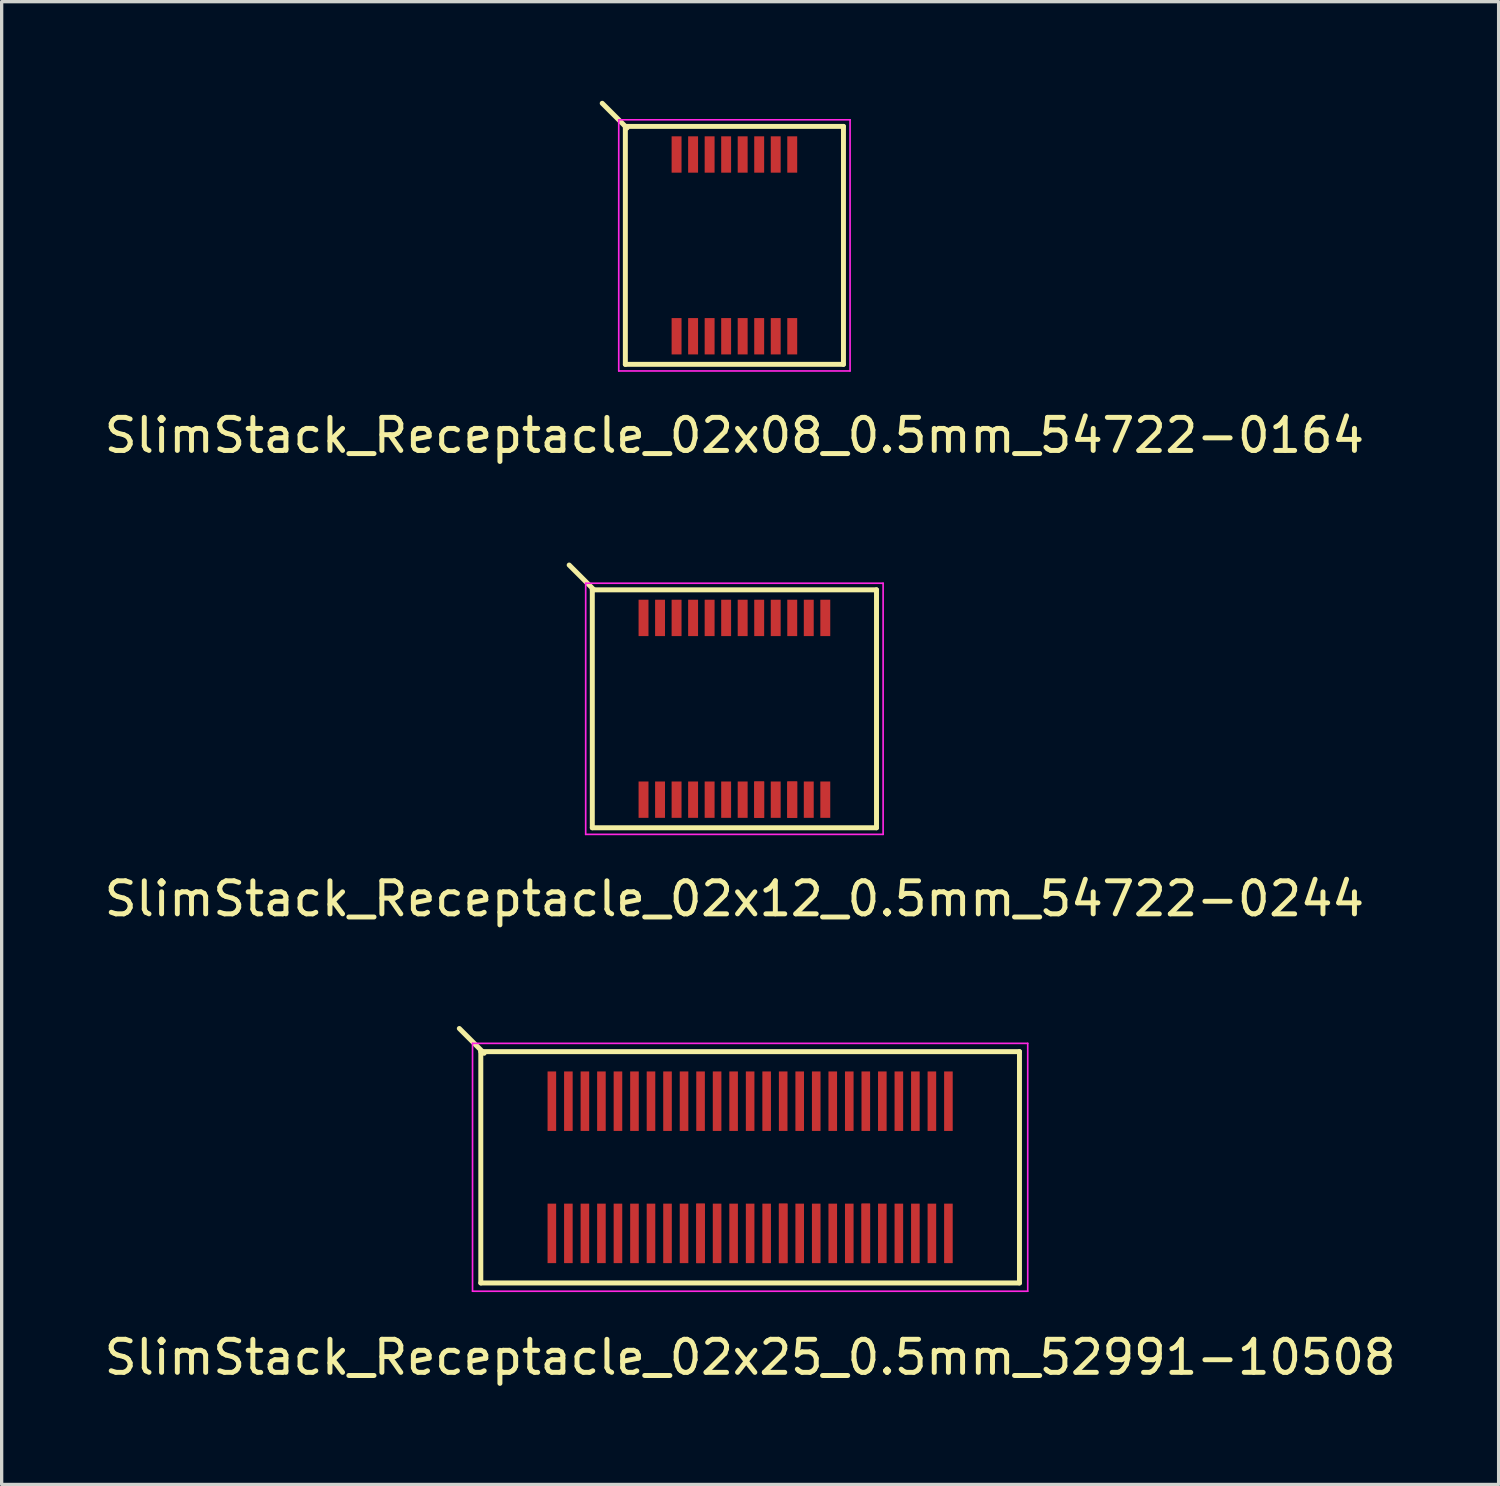
<source format=kicad_pcb>
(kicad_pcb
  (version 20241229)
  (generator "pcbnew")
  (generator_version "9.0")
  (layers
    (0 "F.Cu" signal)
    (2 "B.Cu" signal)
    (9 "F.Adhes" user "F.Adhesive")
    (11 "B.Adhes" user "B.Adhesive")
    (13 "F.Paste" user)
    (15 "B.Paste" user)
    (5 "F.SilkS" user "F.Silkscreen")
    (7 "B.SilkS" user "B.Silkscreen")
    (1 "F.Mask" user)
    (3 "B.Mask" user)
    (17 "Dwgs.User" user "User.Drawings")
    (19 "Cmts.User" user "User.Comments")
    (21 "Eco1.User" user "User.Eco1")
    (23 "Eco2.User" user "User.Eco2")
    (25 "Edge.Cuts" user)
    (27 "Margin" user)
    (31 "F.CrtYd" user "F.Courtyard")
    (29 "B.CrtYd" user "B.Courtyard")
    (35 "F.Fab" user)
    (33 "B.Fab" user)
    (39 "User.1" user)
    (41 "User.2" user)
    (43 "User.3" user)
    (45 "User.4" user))
  (footprint "SlimStack_Receptacle_02x08_0.5mm_54722-0164"
    (layer "F.Cu")
    (at 19.173 4.375)
    (property "Reference" "SlimStack_Receptacle_02x08_0.5mm_54722-0164" (at 0 5.75 0) (layer "F.SilkS") (effects (font (size 1 1) (thickness 0.15))))
    (attr smd)
    (fp_line (start -3.3 -3.6) (end -3.3 3.6) (stroke (width 0.15) (type solid)) (layer "F.SilkS"))
    (fp_line (start -3.3 3.6) (end 3.3 3.6) (stroke (width 0.15) (type solid)) (layer "F.SilkS"))
    (fp_line (start -3.25 -3.55) (end -4 -4.3) (stroke (width 0.15) (type solid)) (layer "F.SilkS"))
    (fp_line (start 3.3 -3.6) (end -3.3 -3.6) (stroke (width 0.15) (type solid)) (layer "F.SilkS"))
    (fp_line (start 3.3 3.6) (end 3.3 -3.6) (stroke (width 0.15) (type solid)) (layer "F.SilkS"))
    (fp_line (start -3.5 -3.8) (end -3.5 3.8) (stroke (width 0.05) (type solid)) (layer "F.CrtYd"))
    (fp_line (start -3.5 3.8) (end 3.5 3.8) (stroke (width 0.05) (type solid)) (layer "F.CrtYd"))
    (fp_line (start 3.5 -3.8) (end -3.5 -3.8) (stroke (width 0.05) (type solid)) (layer "F.CrtYd"))
    (fp_line (start 3.5 3.8) (end 3.5 -3.8) (stroke (width 0.05) (type solid)) (layer "F.CrtYd"))
    (pad "1" smd rect (at -1.75 -2.75) (size 0.3 1.1) (layers "F.Cu" "F.Mask" "F.Paste"))
    (pad "2" smd rect (at -1.75 2.75) (size 0.3 1.1) (layers "F.Cu" "F.Mask" "F.Paste"))
    (pad "3" smd rect (at -1.25 -2.75) (size 0.3 1.1) (layers "F.Cu" "F.Mask" "F.Paste"))
    (pad "4" smd rect (at -1.25 2.75) (size 0.3 1.1) (layers "F.Cu" "F.Mask" "F.Paste"))
    (pad "5" smd rect (at -0.75 -2.75) (size 0.3 1.1) (layers "F.Cu" "F.Mask" "F.Paste"))
    (pad "6" smd rect (at -0.75 2.75) (size 0.3 1.1) (layers "F.Cu" "F.Mask" "F.Paste"))
    (pad "7" smd rect (at -0.25 -2.75) (size 0.3 1.1) (layers "F.Cu" "F.Mask" "F.Paste"))
    (pad "8" smd rect (at -0.25 2.75) (size 0.3 1.1) (layers "F.Cu" "F.Mask" "F.Paste"))
    (pad "9" smd rect (at 0.25 -2.75) (size 0.3 1.1) (layers "F.Cu" "F.Mask" "F.Paste"))
    (pad "10" smd rect (at 0.25 2.75) (size 0.3 1.1) (layers "F.Cu" "F.Mask" "F.Paste"))
    (pad "11" smd rect (at 0.75 -2.75) (size 0.3 1.1) (layers "F.Cu" "F.Mask" "F.Paste"))
    (pad "12" smd rect (at 0.75 2.75) (size 0.3 1.1) (layers "F.Cu" "F.Mask" "F.Paste"))
    (pad "13" smd rect (at 1.25 -2.75) (size 0.3 1.1) (layers "F.Cu" "F.Mask" "F.Paste"))
    (pad "14" smd rect (at 1.25 2.75) (size 0.3 1.1) (layers "F.Cu" "F.Mask" "F.Paste"))
    (pad "15" smd rect (at 1.75 -2.75) (size 0.3 1.1) (layers "F.Cu" "F.Mask" "F.Paste"))
    (pad "16" smd rect (at 1.75 2.75) (size 0.3 1.1) (layers "F.Cu" "F.Mask" "F.Paste")))
  (footprint "SlimStack_Receptacle_02x25_0.5mm_52991-10508"
    (layer "F.Cu")
    (at 19.649 32.272)
    (property "Reference" "SlimStack_Receptacle_02x25_0.5mm_52991-10508" (at 0 5.75 0) (layer "F.SilkS") (effects (font (size 1 1) (thickness 0.15))))
    (attr smd)
    (fp_line (start -8.15 -3.5) (end -8.15 3.5) (stroke (width 0.15) (type solid)) (layer "F.SilkS"))
    (fp_line (start -8.15 3.5) (end 8.15 3.5) (stroke (width 0.15) (type solid)) (layer "F.SilkS"))
    (fp_line (start -8.05 -3.45) (end -8.8 -4.2) (stroke (width 0.15) (type solid)) (layer "F.SilkS"))
    (fp_line (start 8.15 -3.5) (end -8.15 -3.5) (stroke (width 0.15) (type solid)) (layer "F.SilkS"))
    (fp_line (start 8.15 3.5) (end 8.15 -3.5) (stroke (width 0.15) (type solid)) (layer "F.SilkS"))
    (fp_line (start -8.4 -3.75) (end -8.4 3.75) (stroke (width 0.05) (type solid)) (layer "F.CrtYd"))
    (fp_line (start -8.4 3.75) (end 8.4 3.75) (stroke (width 0.05) (type solid)) (layer "F.CrtYd"))
    (fp_line (start 8.4 -3.75) (end -8.4 -3.75) (stroke (width 0.05) (type solid)) (layer "F.CrtYd"))
    (fp_line (start 8.4 3.75) (end 8.4 -3.75) (stroke (width 0.05) (type solid)) (layer "F.CrtYd"))
    (pad "1" smd rect (at -6 -2) (size 0.26 1.8) (layers "F.Cu" "F.Mask" "F.Paste"))
    (pad "2" smd rect (at -6 2) (size 0.26 1.8) (layers "F.Cu" "F.Mask" "F.Paste"))
    (pad "3" smd rect (at -5.5 -2) (size 0.26 1.8) (layers "F.Cu" "F.Mask" "F.Paste"))
    (pad "4" smd rect (at -5.5 2) (size 0.26 1.8) (layers "F.Cu" "F.Mask" "F.Paste"))
    (pad "5" smd rect (at -5 -2) (size 0.26 1.8) (layers "F.Cu" "F.Mask" "F.Paste"))
    (pad "6" smd rect (at -5 2) (size 0.26 1.8) (layers "F.Cu" "F.Mask" "F.Paste"))
    (pad "7" smd rect (at -4.5 -2) (size 0.26 1.8) (layers "F.Cu" "F.Mask" "F.Paste"))
    (pad "8" smd rect (at -4.5 2) (size 0.26 1.8) (layers "F.Cu" "F.Mask" "F.Paste"))
    (pad "9" smd rect (at -4 -2) (size 0.26 1.8) (layers "F.Cu" "F.Mask" "F.Paste"))
    (pad "10" smd rect (at -4 2) (size 0.26 1.8) (layers "F.Cu" "F.Mask" "F.Paste"))
    (pad "11" smd rect (at -3.5 -2) (size 0.26 1.8) (layers "F.Cu" "F.Mask" "F.Paste"))
    (pad "12" smd rect (at -3.5 2) (size 0.26 1.8) (layers "F.Cu" "F.Mask" "F.Paste"))
    (pad "13" smd rect (at -3 -2) (size 0.26 1.8) (layers "F.Cu" "F.Mask" "F.Paste"))
    (pad "14" smd rect (at -3 2) (size 0.26 1.8) (layers "F.Cu" "F.Mask" "F.Paste"))
    (pad "15" smd rect (at -2.5 -2) (size 0.26 1.8) (layers "F.Cu" "F.Mask" "F.Paste"))
    (pad "16" smd rect (at -2.5 2) (size 0.26 1.8) (layers "F.Cu" "F.Mask" "F.Paste"))
    (pad "17" smd rect (at -2 -2) (size 0.26 1.8) (layers "F.Cu" "F.Mask" "F.Paste"))
    (pad "18" smd rect (at -2 2) (size 0.26 1.8) (layers "F.Cu" "F.Mask" "F.Paste"))
    (pad "19" smd rect (at -1.5 -2) (size 0.26 1.8) (layers "F.Cu" "F.Mask" "F.Paste"))
    (pad "20" smd rect (at -1.5 2) (size 0.26 1.8) (layers "F.Cu" "F.Mask" "F.Paste"))
    (pad "20" smd rect (at -1.5 2) (size 0.26 1.8) (layers "F.Cu" "F.Mask" "F.Paste"))
    (pad "21" smd rect (at -1 -2) (size 0.26 1.8) (layers "F.Cu" "F.Mask" "F.Paste"))
    (pad "22" smd rect (at -1 2) (size 0.26 1.8) (layers "F.Cu" "F.Mask" "F.Paste"))
    (pad "23" smd rect (at -0.5 -2) (size 0.26 1.8) (layers "F.Cu" "F.Mask" "F.Paste"))
    (pad "24" smd rect (at -0.5 2) (size 0.26 1.8) (layers "F.Cu" "F.Mask" "F.Paste"))
    (pad "25" smd rect (at 0 -2) (size 0.26 1.8) (layers "F.Cu" "F.Mask" "F.Paste"))
    (pad "26" smd rect (at 0 2) (size 0.26 1.8) (layers "F.Cu" "F.Mask" "F.Paste"))
    (pad "27" smd rect (at 0.5 -2) (size 0.26 1.8) (layers "F.Cu" "F.Mask" "F.Paste"))
    (pad "28" smd rect (at 0.5 2) (size 0.26 1.8) (layers "F.Cu" "F.Mask" "F.Paste"))
    (pad "29" smd rect (at 1 -2) (size 0.26 1.8) (layers "F.Cu" "F.Mask" "F.Paste"))
    (pad "30" smd rect (at 1 2) (size 0.26 1.8) (layers "F.Cu" "F.Mask" "F.Paste"))
    (pad "30" smd rect (at 1 2) (size 0.26 1.8) (layers "F.Cu" "F.Mask" "F.Paste"))
    (pad "31" smd rect (at 1.5 -2) (size 0.26 1.8) (layers "F.Cu" "F.Mask" "F.Paste"))
    (pad "32" smd rect (at 1.5 2) (size 0.26 1.8) (layers "F.Cu" "F.Mask" "F.Paste"))
    (pad "33" smd rect (at 2 -2) (size 0.26 1.8) (layers "F.Cu" "F.Mask" "F.Paste"))
    (pad "34" smd rect (at 2 2) (size 0.26 1.8) (layers "F.Cu" "F.Mask" "F.Paste"))
    (pad "35" smd rect (at 2.5 -2) (size 0.26 1.8) (layers "F.Cu" "F.Mask" "F.Paste"))
    (pad "36" smd rect (at 2.5 2) (size 0.26 1.8) (layers "F.Cu" "F.Mask" "F.Paste"))
    (pad "37" smd rect (at 3 -2) (size 0.26 1.8) (layers "F.Cu" "F.Mask" "F.Paste"))
    (pad "38" smd rect (at 3 2) (size 0.26 1.8) (layers "F.Cu" "F.Mask" "F.Paste"))
    (pad "39" smd rect (at 3.5 -2) (size 0.26 1.8) (layers "F.Cu" "F.Mask" "F.Paste"))
    (pad "40" smd rect (at 3.5 2) (size 0.26 1.8) (layers "F.Cu" "F.Mask" "F.Paste"))
    (pad "40" smd rect (at 3.5 2) (size 0.26 1.8) (layers "F.Cu" "F.Mask" "F.Paste"))
    (pad "41" smd rect (at 4 -2) (size 0.26 1.8) (layers "F.Cu" "F.Mask" "F.Paste"))
    (pad "42" smd rect (at 4 2) (size 0.26 1.8) (layers "F.Cu" "F.Mask" "F.Paste"))
    (pad "43" smd rect (at 4.5 -2) (size 0.26 1.8) (layers "F.Cu" "F.Mask" "F.Paste"))
    (pad "44" smd rect (at 4.5 2) (size 0.26 1.8) (layers "F.Cu" "F.Mask" "F.Paste"))
    (pad "45" smd rect (at 5 -2) (size 0.26 1.8) (layers "F.Cu" "F.Mask" "F.Paste"))
    (pad "46" smd rect (at 5 2) (size 0.26 1.8) (layers "F.Cu" "F.Mask" "F.Paste"))
    (pad "47" smd rect (at 5.5 -2) (size 0.26 1.8) (layers "F.Cu" "F.Mask" "F.Paste"))
    (pad "48" smd rect (at 5.5 2) (size 0.26 1.8) (layers "F.Cu" "F.Mask" "F.Paste"))
    (pad "49" smd rect (at 6 -2) (size 0.26 1.8) (layers "F.Cu" "F.Mask" "F.Paste"))
    (pad "50" smd rect (at 6 2) (size 0.26 1.8) (layers "F.Cu" "F.Mask" "F.Paste")))
  (footprint "SlimStack_Receptacle_02x12_0.5mm_54722-0244"
    (layer "F.Cu")
    (at 19.173 18.398)
    (property "Reference" "SlimStack_Receptacle_02x12_0.5mm_54722-0244" (at 0 5.75 0) (layer "F.SilkS") (effects (font (size 1 1) (thickness 0.15))))
    (attr smd)
    (fp_line (start -4.3 -3.6) (end -4.3 3.6) (stroke (width 0.15) (type solid)) (layer "F.SilkS"))
    (fp_line (start -4.3 3.6) (end 4.3 3.6) (stroke (width 0.15) (type solid)) (layer "F.SilkS"))
    (fp_line (start -4.25 -3.6) (end -5 -4.35) (stroke (width 0.15) (type solid)) (layer "F.SilkS"))
    (fp_line (start 4.3 -3.6) (end -4.3 -3.6) (stroke (width 0.15) (type solid)) (layer "F.SilkS"))
    (fp_line (start 4.3 3.6) (end 4.3 -3.6) (stroke (width 0.15) (type solid)) (layer "F.SilkS"))
    (fp_line (start -4.5 -3.8) (end -4.5 3.8) (stroke (width 0.05) (type solid)) (layer "F.CrtYd"))
    (fp_line (start -4.5 3.8) (end 4.5 3.8) (stroke (width 0.05) (type solid)) (layer "F.CrtYd"))
    (fp_line (start 4.5 -3.8) (end -4.5 -3.8) (stroke (width 0.05) (type solid)) (layer "F.CrtYd"))
    (fp_line (start 4.5 3.8) (end 4.5 -3.8) (stroke (width 0.05) (type solid)) (layer "F.CrtYd"))
    (pad "1" smd rect (at -2.75 -2.75) (size 0.3 1.1) (layers "F.Cu" "F.Mask" "F.Paste"))
    (pad "2" smd rect (at -2.75 2.75) (size 0.3 1.1) (layers "F.Cu" "F.Mask" "F.Paste"))
    (pad "3" smd rect (at -2.25 -2.75) (size 0.3 1.1) (layers "F.Cu" "F.Mask" "F.Paste"))
    (pad "4" smd rect (at -2.25 2.75) (size 0.3 1.1) (layers "F.Cu" "F.Mask" "F.Paste"))
    (pad "5" smd rect (at -1.75 -2.75) (size 0.3 1.1) (layers "F.Cu" "F.Mask" "F.Paste"))
    (pad "6" smd rect (at -1.75 2.75) (size 0.3 1.1) (layers "F.Cu" "F.Mask" "F.Paste"))
    (pad "7" smd rect (at -1.25 -2.75) (size 0.3 1.1) (layers "F.Cu" "F.Mask" "F.Paste"))
    (pad "8" smd rect (at -1.25 2.75) (size 0.3 1.1) (layers "F.Cu" "F.Mask" "F.Paste"))
    (pad "9" smd rect (at -0.75 -2.75) (size 0.3 1.1) (layers "F.Cu" "F.Mask" "F.Paste"))
    (pad "10" smd rect (at -0.75 2.75) (size 0.3 1.1) (layers "F.Cu" "F.Mask" "F.Paste"))
    (pad "11" smd rect (at -0.25 -2.75) (size 0.3 1.1) (layers "F.Cu" "F.Mask" "F.Paste"))
    (pad "12" smd rect (at -0.25 2.75) (size 0.3 1.1) (layers "F.Cu" "F.Mask" "F.Paste"))
    (pad "13" smd rect (at 0.25 -2.75) (size 0.3 1.1) (layers "F.Cu" "F.Mask" "F.Paste"))
    (pad "14" smd rect (at 0.25 2.75) (size 0.3 1.1) (layers "F.Cu" "F.Mask" "F.Paste"))
    (pad "15" smd rect (at 0.75 -2.75) (size 0.3 1.1) (layers "F.Cu" "F.Mask" "F.Paste"))
    (pad "16" smd rect (at 0.75 2.75) (size 0.3 1.1) (layers "F.Cu" "F.Mask" "F.Paste"))
    (pad "16" smd rect (at 0.75 2.75) (size 0.3 1.1) (layers "F.Cu" "F.Mask" "F.Paste"))
    (pad "17" smd rect (at 1.25 -2.75) (size 0.3 1.1) (layers "F.Cu" "F.Mask" "F.Paste"))
    (pad "18" smd rect (at 1.25 2.75) (size 0.3 1.1) (layers "F.Cu" "F.Mask" "F.Paste"))
    (pad "19" smd rect (at 1.75 -2.75) (size 0.3 1.1) (layers "F.Cu" "F.Mask" "F.Paste"))
    (pad "20" smd rect (at 1.75 2.75) (size 0.3 1.1) (layers "F.Cu" "F.Mask" "F.Paste"))
    (pad "20" smd rect (at 1.75 2.75) (size 0.3 1.1) (layers "F.Cu" "F.Mask" "F.Paste"))
    (pad "21" smd rect (at 2.25 -2.75) (size 0.3 1.1) (layers "F.Cu" "F.Mask" "F.Paste"))
    (pad "22" smd rect (at 2.25 2.75) (size 0.3 1.1) (layers "F.Cu" "F.Mask" "F.Paste"))
    (pad "23" smd rect (at 2.75 -2.75) (size 0.3 1.1) (layers "F.Cu" "F.Mask" "F.Paste"))
    (pad "24" smd rect (at 2.75 2.75) (size 0.3 1.1) (layers "F.Cu" "F.Mask" "F.Paste")))
  (gr_rect
    (start -3 -3)
    (end 42.298 41.87)
    (stroke (width 0.1) (type default))
    (fill no)
    (layer "Edge.Cuts")))
</source>
